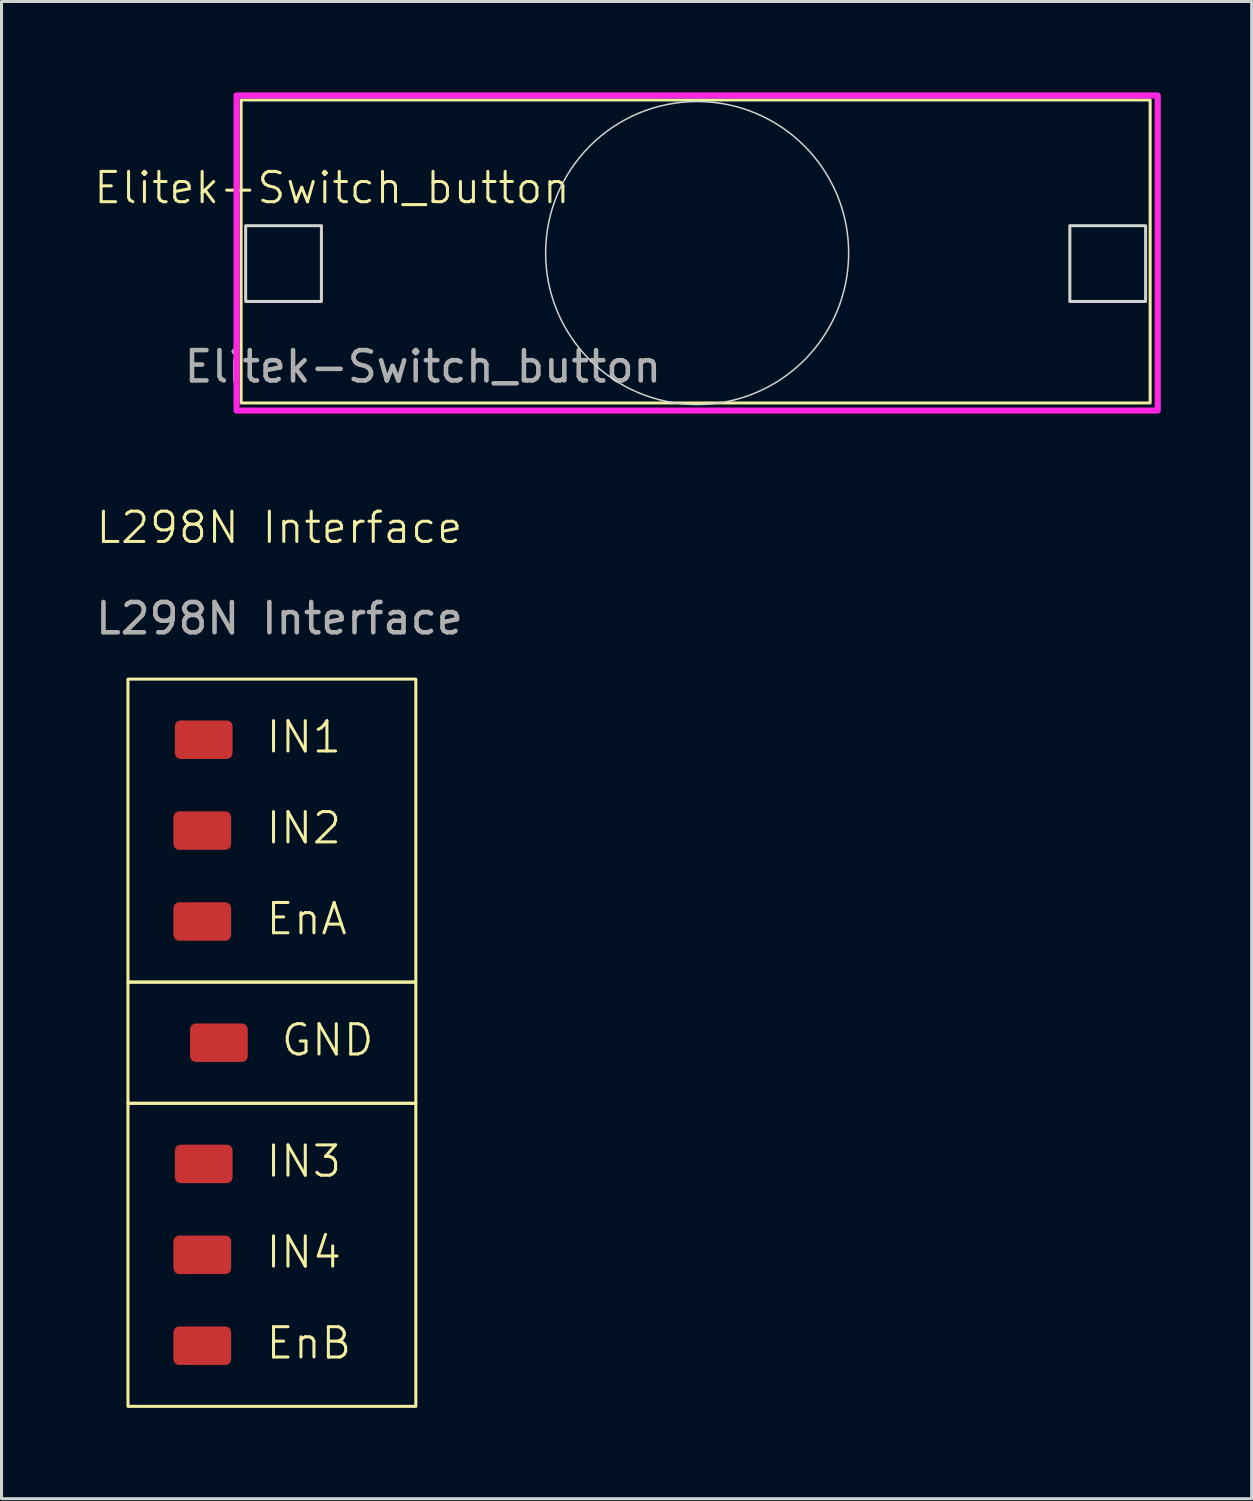
<source format=kicad_pcb>
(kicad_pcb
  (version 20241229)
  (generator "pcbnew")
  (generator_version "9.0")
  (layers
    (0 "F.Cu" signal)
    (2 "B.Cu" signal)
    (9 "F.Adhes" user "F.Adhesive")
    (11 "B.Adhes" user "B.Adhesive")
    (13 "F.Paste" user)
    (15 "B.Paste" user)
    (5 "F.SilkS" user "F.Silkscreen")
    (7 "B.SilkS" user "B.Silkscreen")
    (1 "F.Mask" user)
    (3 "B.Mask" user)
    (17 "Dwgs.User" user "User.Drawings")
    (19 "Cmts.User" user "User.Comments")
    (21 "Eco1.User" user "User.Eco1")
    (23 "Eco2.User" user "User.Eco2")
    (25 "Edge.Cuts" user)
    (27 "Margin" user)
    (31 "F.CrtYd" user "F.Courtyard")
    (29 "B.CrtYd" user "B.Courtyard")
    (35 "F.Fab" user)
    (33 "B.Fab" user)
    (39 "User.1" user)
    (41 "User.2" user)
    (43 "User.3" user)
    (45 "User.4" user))
  (footprint "Elitek-Switch_button"
    (layer "F.Cu")
    (at 19.907 5.649)
    (property "Reference" "Elitek-Switch_button" (at -12 -2.5 0) (unlocked yes) (layer "F.SilkS") (effects (font (size 1 1) (thickness 0.1))))
    (attr through_hole board_only)
    (fp_rect (start -15 -5.4) (end 15 4.6) (stroke (width 0.1) (type solid)) (fill no) (layer "F.SilkS"))
    (fp_rect (start -14.85 -1.25) (end -12.35 1.25) (stroke (width 0.1) (type solid)) (fill no) (layer "Edge.Cuts"))
    (fp_rect (start 12.35 -1.25) (end 14.85 1.25) (stroke (width 0.1) (type solid)) (fill no) (layer "Edge.Cuts"))
    (fp_circle (center 0.05 -0.349) (end 5.05 -0.349) (stroke (width 0.05) (type solid)) (fill no) (layer "Edge.Cuts"))
    (fp_rect (start -15.15 -5.549) (end 15.25 4.851) (stroke (width 0.2) (type solid)) (fill no) (layer "F.CrtYd"))
    (fp_text user "${REFERENCE}" (at -9 3.4 0) (unlocked yes) (layer "F.Fab") (effects (font (size 1 1) (thickness 0.15)))))
  (footprint "L298N Interface"
    (layer "F.Cu")
    (at 6.173 14.861)
    (property "Reference" "L298N Interface" (at 0 -0.5 0) (unlocked yes) (layer "F.SilkS") (effects (font (size 1 1) (thickness 0.1))))
    (attr smd)
    (fp_rect (start -5 4.5) (end 4.5 14.5) (stroke (width 0.1) (type default)) (fill no) (layer "F.SilkS"))
    (fp_rect (start -5 14.5) (end 4.5 18.5) (stroke (width 0.1) (type default)) (fill no) (layer "F.SilkS"))
    (fp_rect (start -5 18.5) (end 4.5 28.5) (stroke (width 0.1) (type default)) (fill no) (layer "F.SilkS"))
    (fp_text user "IN3" (at -0.5 21 0) (unlocked yes) (layer "F.SilkS") (effects (font (size 1 1) (thickness 0.1)) (justify left bottom)))
    (fp_text user "GND" (at 0 17 0) (unlocked yes) (layer "F.SilkS") (effects (font (size 1 1) (thickness 0.1)) (justify left bottom)))
    (fp_text user "IN4" (at -0.5 24 0) (unlocked yes) (layer "F.SilkS") (effects (font (size 1 1) (thickness 0.1)) (justify left bottom)))
    (fp_text user "IN2" (at -0.5 10 0) (unlocked yes) (layer "F.SilkS") (effects (font (size 1 1) (thickness 0.1)) (justify left bottom)))
    (fp_text user "EnA" (at -0.5 13 0) (unlocked yes) (layer "F.SilkS") (effects (font (size 1 1) (thickness 0.1)) (justify left bottom)))
    (fp_text user "EnB" (at -0.5 27 0) (unlocked yes) (layer "F.SilkS") (effects (font (size 1 1) (thickness 0.1)) (justify left bottom)))
    (fp_text user "IN1" (at -0.5 7 0) (unlocked yes) (layer "F.SilkS") (effects (font (size 1 1) (thickness 0.1)) (justify left bottom)))
    (fp_text user "${REFERENCE}" (at 0 2.5 0) (unlocked yes) (layer "F.Fab") (effects (font (size 1 1) (thickness 0.15))))
    (pad "1" smd roundrect (at -2.5 6.5) (size 1.905 1.27) (layers "F.Cu" "F.Mask" "F.Paste") (roundrect_rratio 0.15))
    (pad "2" smd roundrect (at -2.547 9.5) (size 1.905 1.27) (layers "F.Cu" "F.Mask" "F.Paste") (roundrect_rratio 0.15))
    (pad "3" smd roundrect (at -2.547 12.5) (size 1.905 1.27) (layers "F.Cu" "F.Mask" "F.Paste") (roundrect_rratio 0.15))
    (pad "4" smd roundrect (at -2 16.5) (size 1.905 1.27) (layers "F.Cu" "F.Mask" "F.Paste") (roundrect_rratio 0.15))
    (pad "5" smd roundrect (at -2.5 20.5) (size 1.905 1.27) (layers "F.Cu" "F.Mask" "F.Paste") (roundrect_rratio 0.15))
    (pad "6" smd roundrect (at -2.547 23.5) (size 1.905 1.27) (layers "F.Cu" "F.Mask" "F.Paste") (roundrect_rratio 0.15))
    (pad "7" smd roundrect (at -2.547 26.5) (size 1.905 1.27) (layers "F.Cu" "F.Mask" "F.Paste") (roundrect_rratio 0.15)))
  (gr_rect
    (start -3 -3)
    (end 38.257 46.41)
    (stroke (width 0.1) (type default))
    (fill no)
    (layer "Edge.Cuts")))
</source>
